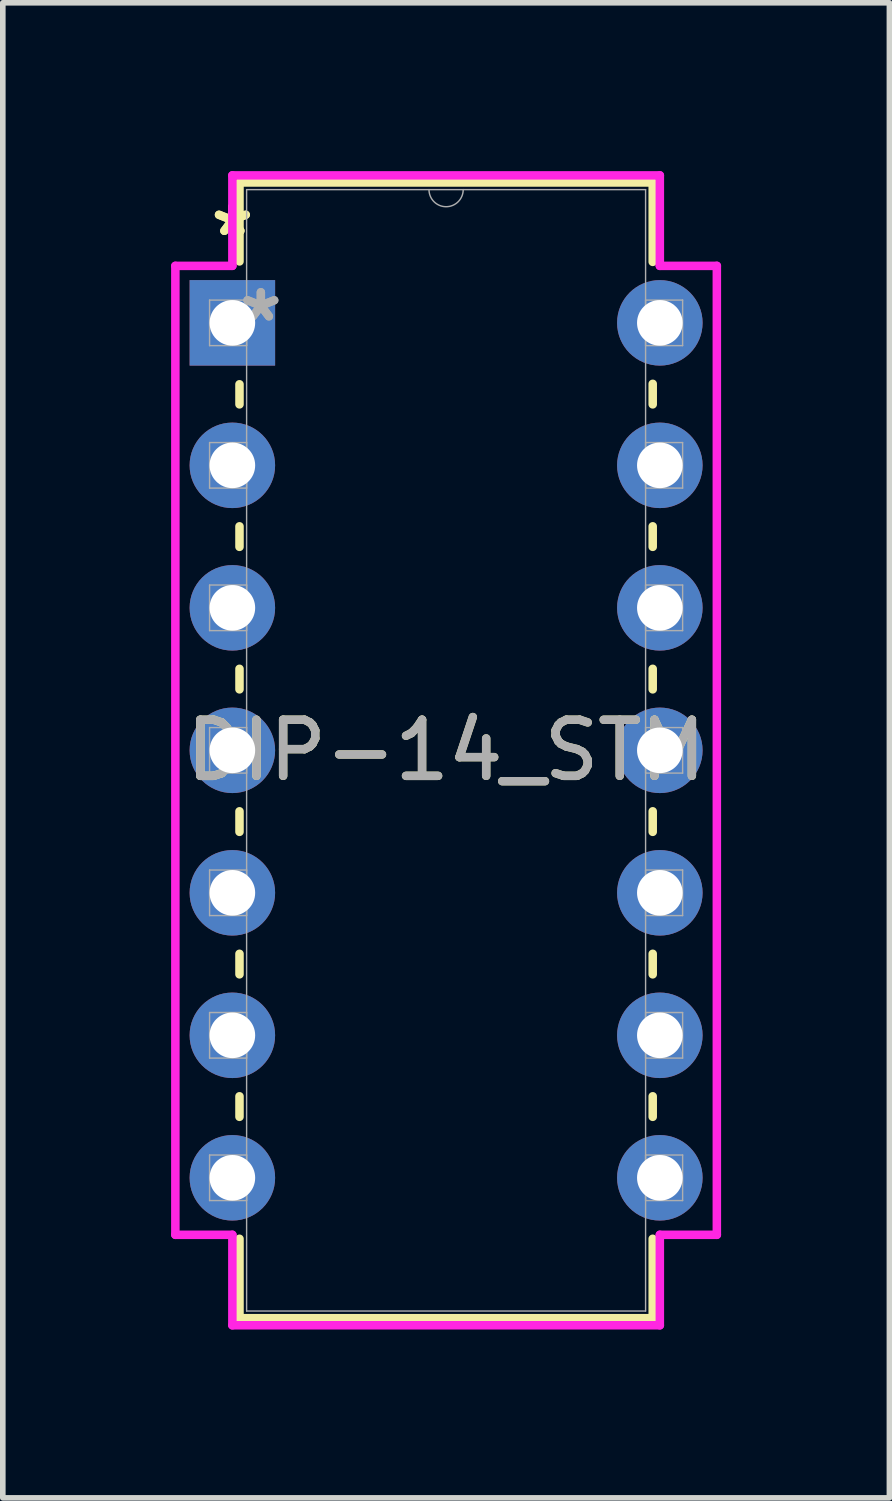
<source format=kicad_pcb>
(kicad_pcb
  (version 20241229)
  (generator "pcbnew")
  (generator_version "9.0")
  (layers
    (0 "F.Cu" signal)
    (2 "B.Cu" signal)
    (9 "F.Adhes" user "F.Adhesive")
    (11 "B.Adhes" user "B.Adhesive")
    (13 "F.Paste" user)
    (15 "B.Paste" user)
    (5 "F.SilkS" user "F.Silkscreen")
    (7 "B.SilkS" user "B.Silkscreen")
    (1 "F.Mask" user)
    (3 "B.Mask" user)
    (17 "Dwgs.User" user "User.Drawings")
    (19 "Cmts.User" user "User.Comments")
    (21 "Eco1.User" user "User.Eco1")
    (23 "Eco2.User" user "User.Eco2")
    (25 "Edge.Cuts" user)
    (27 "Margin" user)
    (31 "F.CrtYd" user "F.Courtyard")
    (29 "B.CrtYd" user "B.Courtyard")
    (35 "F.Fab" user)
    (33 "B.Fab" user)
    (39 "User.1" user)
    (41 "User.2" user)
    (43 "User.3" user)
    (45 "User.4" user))
  (footprint "DIP-14_STM"
    (layer "F.Cu")
    (at 1.092 2.705)
    (property "Reference" "DIP-14_STM" (at 3.81 7.62 0) (unlocked yes) (layer "F.SilkS") (effects (font (size 1 1) (thickness 0.15))))
    (attr through_hole)
    (fp_line (start 0.127 -2.502) (end 0.127 -1.095) (stroke (width 0.152) (type solid)) (layer "F.SilkS"))
    (fp_line (start 0.127 1.095) (end 0.127 1.453) (stroke (width 0.152) (type solid)) (layer "F.SilkS"))
    (fp_line (start 0.127 3.627) (end 0.127 3.993) (stroke (width 0.152) (type solid)) (layer "F.SilkS"))
    (fp_line (start 0.127 6.167) (end 0.127 6.533) (stroke (width 0.152) (type solid)) (layer "F.SilkS"))
    (fp_line (start 0.127 8.707) (end 0.127 9.073) (stroke (width 0.152) (type solid)) (layer "F.SilkS"))
    (fp_line (start 0.127 11.247) (end 0.127 11.613) (stroke (width 0.152) (type solid)) (layer "F.SilkS"))
    (fp_line (start 0.127 13.787) (end 0.127 14.153) (stroke (width 0.152) (type solid)) (layer "F.SilkS"))
    (fp_line (start 0.127 16.327) (end 0.127 17.742) (stroke (width 0.152) (type solid)) (layer "F.SilkS"))
    (fp_line (start 0.127 17.742) (end 7.493 17.742) (stroke (width 0.152) (type solid)) (layer "F.SilkS"))
    (fp_line (start 7.493 -2.502) (end 0.127 -2.502) (stroke (width 0.152) (type solid)) (layer "F.SilkS"))
    (fp_line (start 7.493 -1.087) (end 7.493 -2.502) (stroke (width 0.152) (type solid)) (layer "F.SilkS"))
    (fp_line (start 7.493 1.453) (end 7.493 1.087) (stroke (width 0.152) (type solid)) (layer "F.SilkS"))
    (fp_line (start 7.493 3.993) (end 7.493 3.627) (stroke (width 0.152) (type solid)) (layer "F.SilkS"))
    (fp_line (start 7.493 6.533) (end 7.493 6.167) (stroke (width 0.152) (type solid)) (layer "F.SilkS"))
    (fp_line (start 7.493 9.073) (end 7.493 8.707) (stroke (width 0.152) (type solid)) (layer "F.SilkS"))
    (fp_line (start 7.493 11.613) (end 7.493 11.247) (stroke (width 0.152) (type solid)) (layer "F.SilkS"))
    (fp_line (start 7.493 14.153) (end 7.493 13.787) (stroke (width 0.152) (type solid)) (layer "F.SilkS"))
    (fp_line (start 7.493 17.742) (end 7.493 16.327) (stroke (width 0.152) (type solid)) (layer "F.SilkS"))
    (fp_line (start -1.016 -1.016) (end 0 -1.016) (stroke (width 0.152) (type solid)) (layer "F.CrtYd"))
    (fp_line (start -1.016 16.256) (end -1.016 -1.016) (stroke (width 0.152) (type solid)) (layer "F.CrtYd"))
    (fp_line (start 0 -2.629) (end 7.62 -2.629) (stroke (width 0.152) (type solid)) (layer "F.CrtYd"))
    (fp_line (start 0 -1.016) (end 0 -2.629) (stroke (width 0.152) (type solid)) (layer "F.CrtYd"))
    (fp_line (start 0 16.256) (end -1.016 16.256) (stroke (width 0.152) (type solid)) (layer "F.CrtYd"))
    (fp_line (start 0 17.869) (end 0 16.256) (stroke (width 0.152) (type solid)) (layer "F.CrtYd"))
    (fp_line (start 7.62 -2.629) (end 7.62 -1.016) (stroke (width 0.152) (type solid)) (layer "F.CrtYd"))
    (fp_line (start 7.62 16.256) (end 7.62 17.869) (stroke (width 0.152) (type solid)) (layer "F.CrtYd"))
    (fp_line (start 7.62 17.869) (end 0 17.869) (stroke (width 0.152) (type solid)) (layer "F.CrtYd"))
    (fp_line (start 8.636 -1.016) (end 7.62 -1.016) (stroke (width 0.152) (type solid)) (layer "F.CrtYd"))
    (fp_line (start 8.636 -1.016) (end 8.636 16.256) (stroke (width 0.152) (type solid)) (layer "F.CrtYd"))
    (fp_line (start 8.636 16.256) (end 7.62 16.256) (stroke (width 0.152) (type solid)) (layer "F.CrtYd"))
    (fp_line (start -0.406 -0.406) (end -0.406 0.406) (stroke (width 0.025) (type solid)) (layer "F.Fab"))
    (fp_line (start -0.406 0.406) (end 0.254 0.406) (stroke (width 0.025) (type solid)) (layer "F.Fab"))
    (fp_line (start -0.406 2.134) (end -0.406 2.946) (stroke (width 0.025) (type solid)) (layer "F.Fab"))
    (fp_line (start -0.406 2.946) (end 0.254 2.946) (stroke (width 0.025) (type solid)) (layer "F.Fab"))
    (fp_line (start -0.406 4.674) (end -0.406 5.486) (stroke (width 0.025) (type solid)) (layer "F.Fab"))
    (fp_line (start -0.406 5.486) (end 0.254 5.486) (stroke (width 0.025) (type solid)) (layer "F.Fab"))
    (fp_line (start -0.406 7.214) (end -0.406 8.026) (stroke (width 0.025) (type solid)) (layer "F.Fab"))
    (fp_line (start -0.406 8.026) (end 0.254 8.026) (stroke (width 0.025) (type solid)) (layer "F.Fab"))
    (fp_line (start -0.406 9.754) (end -0.406 10.566) (stroke (width 0.025) (type solid)) (layer "F.Fab"))
    (fp_line (start -0.406 10.566) (end 0.254 10.566) (stroke (width 0.025) (type solid)) (layer "F.Fab"))
    (fp_line (start -0.406 12.294) (end -0.406 13.106) (stroke (width 0.025) (type solid)) (layer "F.Fab"))
    (fp_line (start -0.406 13.106) (end 0.254 13.106) (stroke (width 0.025) (type solid)) (layer "F.Fab"))
    (fp_line (start -0.406 14.834) (end -0.406 15.646) (stroke (width 0.025) (type solid)) (layer "F.Fab"))
    (fp_line (start -0.406 15.646) (end 0.254 15.646) (stroke (width 0.025) (type solid)) (layer "F.Fab"))
    (fp_line (start 0.254 -2.375) (end 0.254 17.615) (stroke (width 0.025) (type solid)) (layer "F.Fab"))
    (fp_line (start 0.254 -0.406) (end -0.406 -0.406) (stroke (width 0.025) (type solid)) (layer "F.Fab"))
    (fp_line (start 0.254 0.406) (end 0.254 -0.406) (stroke (width 0.025) (type solid)) (layer "F.Fab"))
    (fp_line (start 0.254 2.134) (end -0.406 2.134) (stroke (width 0.025) (type solid)) (layer "F.Fab"))
    (fp_line (start 0.254 2.946) (end 0.254 2.134) (stroke (width 0.025) (type solid)) (layer "F.Fab"))
    (fp_line (start 0.254 4.674) (end -0.406 4.674) (stroke (width 0.025) (type solid)) (layer "F.Fab"))
    (fp_line (start 0.254 5.486) (end 0.254 4.674) (stroke (width 0.025) (type solid)) (layer "F.Fab"))
    (fp_line (start 0.254 7.214) (end -0.406 7.214) (stroke (width 0.025) (type solid)) (layer "F.Fab"))
    (fp_line (start 0.254 8.026) (end 0.254 7.214) (stroke (width 0.025) (type solid)) (layer "F.Fab"))
    (fp_line (start 0.254 9.754) (end -0.406 9.754) (stroke (width 0.025) (type solid)) (layer "F.Fab"))
    (fp_line (start 0.254 10.566) (end 0.254 9.754) (stroke (width 0.025) (type solid)) (layer "F.Fab"))
    (fp_line (start 0.254 12.294) (end -0.406 12.294) (stroke (width 0.025) (type solid)) (layer "F.Fab"))
    (fp_line (start 0.254 13.106) (end 0.254 12.294) (stroke (width 0.025) (type solid)) (layer "F.Fab"))
    (fp_line (start 0.254 14.834) (end -0.406 14.834) (stroke (width 0.025) (type solid)) (layer "F.Fab"))
    (fp_line (start 0.254 15.646) (end 0.254 14.834) (stroke (width 0.025) (type solid)) (layer "F.Fab"))
    (fp_line (start 0.254 17.615) (end 7.366 17.615) (stroke (width 0.025) (type solid)) (layer "F.Fab"))
    (fp_line (start 7.366 -2.375) (end 0.254 -2.375) (stroke (width 0.025) (type solid)) (layer "F.Fab"))
    (fp_line (start 7.366 -0.406) (end 7.366 0.406) (stroke (width 0.025) (type solid)) (layer "F.Fab"))
    (fp_line (start 7.366 0.406) (end 8.026 0.406) (stroke (width 0.025) (type solid)) (layer "F.Fab"))
    (fp_line (start 7.366 2.134) (end 7.366 2.946) (stroke (width 0.025) (type solid)) (layer "F.Fab"))
    (fp_line (start 7.366 2.946) (end 8.026 2.946) (stroke (width 0.025) (type solid)) (layer "F.Fab"))
    (fp_line (start 7.366 4.674) (end 7.366 5.486) (stroke (width 0.025) (type solid)) (layer "F.Fab"))
    (fp_line (start 7.366 5.486) (end 8.026 5.486) (stroke (width 0.025) (type solid)) (layer "F.Fab"))
    (fp_line (start 7.366 7.214) (end 7.366 8.026) (stroke (width 0.025) (type solid)) (layer "F.Fab"))
    (fp_line (start 7.366 8.026) (end 8.026 8.026) (stroke (width 0.025) (type solid)) (layer "F.Fab"))
    (fp_line (start 7.366 9.754) (end 7.366 10.566) (stroke (width 0.025) (type solid)) (layer "F.Fab"))
    (fp_line (start 7.366 10.566) (end 8.026 10.566) (stroke (width 0.025) (type solid)) (layer "F.Fab"))
    (fp_line (start 7.366 12.294) (end 7.366 13.106) (stroke (width 0.025) (type solid)) (layer "F.Fab"))
    (fp_line (start 7.366 13.106) (end 8.026 13.106) (stroke (width 0.025) (type solid)) (layer "F.Fab"))
    (fp_line (start 7.366 14.834) (end 7.366 15.646) (stroke (width 0.025) (type solid)) (layer "F.Fab"))
    (fp_line (start 7.366 15.646) (end 8.026 15.646) (stroke (width 0.025) (type solid)) (layer "F.Fab"))
    (fp_line (start 7.366 17.615) (end 7.366 -2.375) (stroke (width 0.025) (type solid)) (layer "F.Fab"))
    (fp_line (start 8.026 -0.406) (end 7.366 -0.406) (stroke (width 0.025) (type solid)) (layer "F.Fab"))
    (fp_line (start 8.026 0.406) (end 8.026 -0.406) (stroke (width 0.025) (type solid)) (layer "F.Fab"))
    (fp_line (start 8.026 2.134) (end 7.366 2.134) (stroke (width 0.025) (type solid)) (layer "F.Fab"))
    (fp_line (start 8.026 2.946) (end 8.026 2.134) (stroke (width 0.025) (type solid)) (layer "F.Fab"))
    (fp_line (start 8.026 4.674) (end 7.366 4.674) (stroke (width 0.025) (type solid)) (layer "F.Fab"))
    (fp_line (start 8.026 5.486) (end 8.026 4.674) (stroke (width 0.025) (type solid)) (layer "F.Fab"))
    (fp_line (start 8.026 7.214) (end 7.366 7.214) (stroke (width 0.025) (type solid)) (layer "F.Fab"))
    (fp_line (start 8.026 8.026) (end 8.026 7.214) (stroke (width 0.025) (type solid)) (layer "F.Fab"))
    (fp_line (start 8.026 9.754) (end 7.366 9.754) (stroke (width 0.025) (type solid)) (layer "F.Fab"))
    (fp_line (start 8.026 10.566) (end 8.026 9.754) (stroke (width 0.025) (type solid)) (layer "F.Fab"))
    (fp_line (start 8.026 12.294) (end 7.366 12.294) (stroke (width 0.025) (type solid)) (layer "F.Fab"))
    (fp_line (start 8.026 13.106) (end 8.026 12.294) (stroke (width 0.025) (type solid)) (layer "F.Fab"))
    (fp_line (start 8.026 14.834) (end 7.366 14.834) (stroke (width 0.025) (type solid)) (layer "F.Fab"))
    (fp_line (start 8.026 15.646) (end 8.026 14.834) (stroke (width 0.025) (type solid)) (layer "F.Fab"))
    (fp_arc (start 4.1148 -2.3749) (mid 3.81 -2.0701) (end 3.5052 -2.3749) (stroke (width 0.0254) (type solid)) (layer "F.Fab"))
    (fp_text user "*" (at 0 -1.524 0) (layer "F.SilkS") (effects (font (size 1 1) (thickness 0.15))))
    (fp_text user "*" (at 0 -1.524 0) (unlocked yes) (layer "F.SilkS") (effects (font (size 1 1) (thickness 0.15))))
    (fp_text user "*" (at 0.508 0 0) (layer "F.Fab") (effects (font (size 1 1) (thickness 0.15))))
    (fp_text user "${REFERENCE}" (at 3.81 7.62 0) (unlocked yes) (layer "F.Fab") (effects (font (size 1 1) (thickness 0.15))))
    (fp_text user "*" (at 0.508 0 0) (unlocked yes) (layer "F.Fab") (effects (font (size 1 1) (thickness 0.15))))
    (pad "1" thru_hole rect (at 0 0) (size 1.524 1.524) (drill 0.813) (layers "*.Cu" "*.Mask"))
    (pad "2" thru_hole circle (at 0 2.54) (size 1.524 1.524) (drill 0.813) (layers "*.Cu" "*.Mask"))
    (pad "3" thru_hole circle (at 0 5.08) (size 1.524 1.524) (drill 0.813) (layers "*.Cu" "*.Mask"))
    (pad "4" thru_hole circle (at 0 7.62) (size 1.524 1.524) (drill 0.813) (layers "*.Cu" "*.Mask"))
    (pad "5" thru_hole circle (at 0 10.16) (size 1.524 1.524) (drill 0.813) (layers "*.Cu" "*.Mask"))
    (pad "6" thru_hole circle (at 0 12.7) (size 1.524 1.524) (drill 0.813) (layers "*.Cu" "*.Mask"))
    (pad "7" thru_hole circle (at 0 15.24) (size 1.524 1.524) (drill 0.813) (layers "*.Cu" "*.Mask"))
    (pad "8" thru_hole circle (at 7.62 15.24) (size 1.524 1.524) (drill 0.813) (layers "*.Cu" "*.Mask"))
    (pad "9" thru_hole circle (at 7.62 12.7) (size 1.524 1.524) (drill 0.813) (layers "*.Cu" "*.Mask"))
    (pad "10" thru_hole circle (at 7.62 10.16) (size 1.524 1.524) (drill 0.813) (layers "*.Cu" "*.Mask"))
    (pad "11" thru_hole circle (at 7.62 7.62) (size 1.524 1.524) (drill 0.813) (layers "*.Cu" "*.Mask"))
    (pad "12" thru_hole circle (at 7.62 5.08) (size 1.524 1.524) (drill 0.813) (layers "*.Cu" "*.Mask"))
    (pad "13" thru_hole circle (at 7.62 2.54) (size 1.524 1.524) (drill 0.813) (layers "*.Cu" "*.Mask"))
    (pad "14" thru_hole circle (at 7.62 0) (size 1.524 1.524) (drill 0.813) (layers "*.Cu" "*.Mask")))
  (gr_rect
    (start -3 -3)
    (end 12.804 23.65)
    (stroke (width 0.1) (type default))
    (fill no)
    (layer "Edge.Cuts")))
</source>
